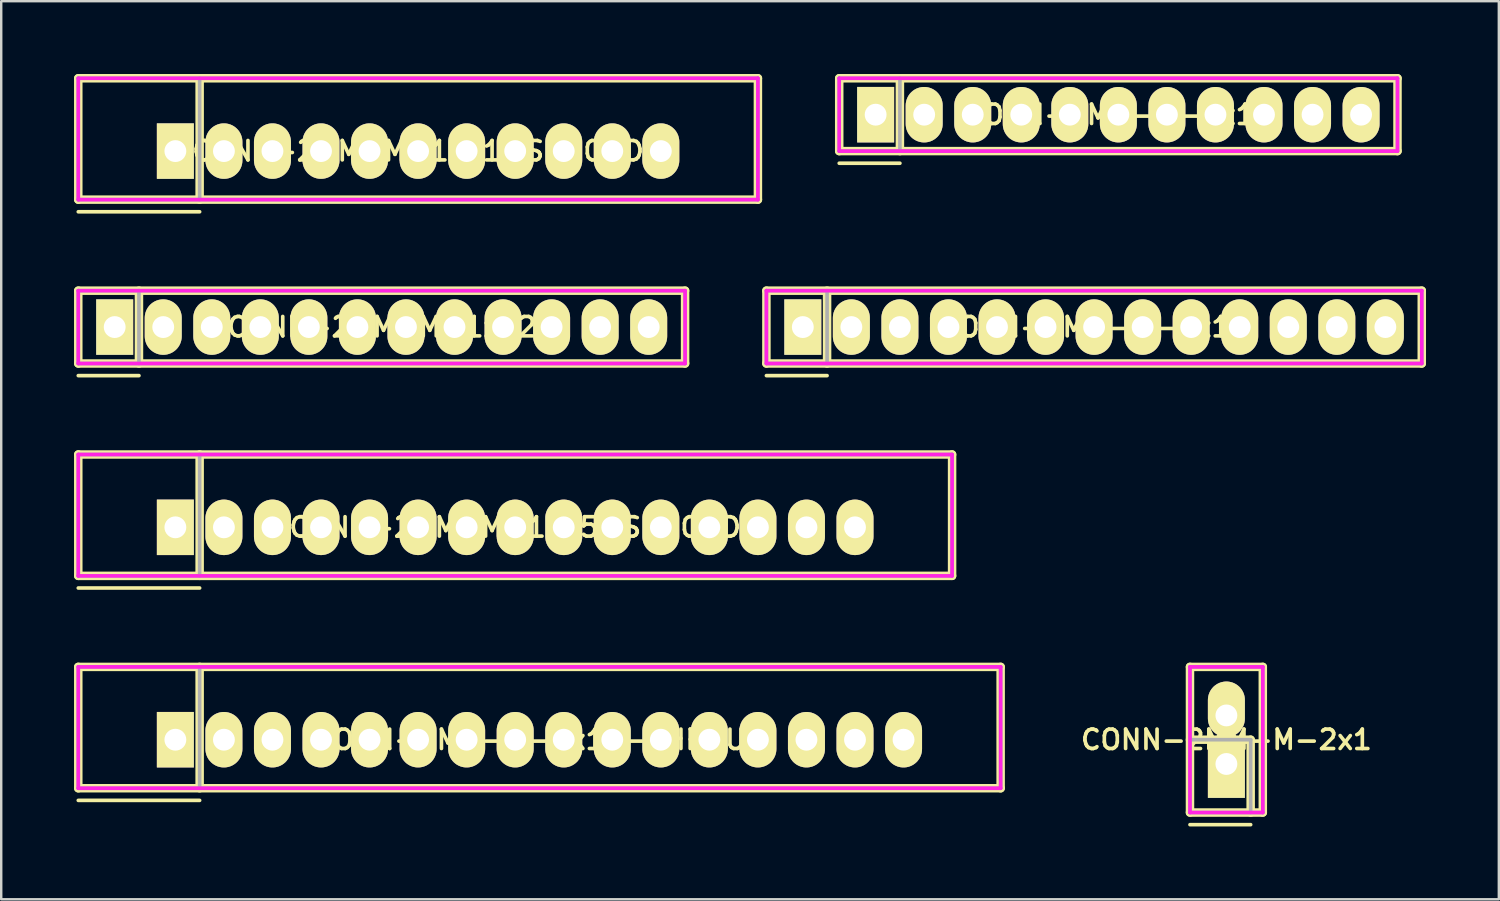
<source format=kicad_pcb>
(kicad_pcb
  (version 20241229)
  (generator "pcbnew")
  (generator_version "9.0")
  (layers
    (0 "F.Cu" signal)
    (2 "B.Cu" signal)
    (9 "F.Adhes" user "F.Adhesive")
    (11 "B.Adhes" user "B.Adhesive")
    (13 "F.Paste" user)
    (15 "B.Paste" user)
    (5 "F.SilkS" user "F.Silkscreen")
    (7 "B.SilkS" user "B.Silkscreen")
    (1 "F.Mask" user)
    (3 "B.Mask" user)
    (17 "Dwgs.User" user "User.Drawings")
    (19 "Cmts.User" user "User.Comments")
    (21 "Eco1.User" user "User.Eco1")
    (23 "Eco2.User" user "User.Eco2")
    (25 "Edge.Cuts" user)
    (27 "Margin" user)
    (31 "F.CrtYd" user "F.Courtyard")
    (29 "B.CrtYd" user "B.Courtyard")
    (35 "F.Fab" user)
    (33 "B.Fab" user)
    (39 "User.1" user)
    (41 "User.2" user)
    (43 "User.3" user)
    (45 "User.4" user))
  (footprint "CONN-2MM-M-1x16-SHROUD"
    (layer "F.Cu")
    (at 19.175 27.425)
    (property "Reference" "CONN-2MM-M-1x16-SHROUD" (at 0 0 0) (layer "F.SilkS") (effects (font (size 0.8 0.8) (thickness 0.15))))
    (attr through_hole)
    (fp_line (start -19 -3) (end 19 -3) (stroke (width 0.35) (type solid)) (layer "F.SilkS"))
    (fp_line (start -19 2) (end -19 -3) (stroke (width 0.35) (type solid)) (layer "F.SilkS"))
    (fp_line (start -19 2.5) (end -14 2.5) (stroke (width 0.15) (type solid)) (layer "F.SilkS"))
    (fp_line (start -14 -3) (end -14 2) (stroke (width 0.35) (type solid)) (layer "F.SilkS"))
    (fp_line (start 19 -3) (end 19 2) (stroke (width 0.35) (type solid)) (layer "F.SilkS"))
    (fp_line (start 19 2) (end -19 2) (stroke (width 0.35) (type solid)) (layer "F.SilkS"))
    (fp_line (start -19 -3) (end 19 -3) (stroke (width 0.15) (type solid)) (layer "F.CrtYd"))
    (fp_line (start -19 2) (end -19 -3) (stroke (width 0.15) (type solid)) (layer "F.CrtYd"))
    (fp_line (start 19 -3) (end 19 2) (stroke (width 0.15) (type solid)) (layer "F.CrtYd"))
    (fp_line (start 19 2) (end -19 2) (stroke (width 0.15) (type solid)) (layer "F.CrtYd"))
    (fp_line (start -19 -3) (end 19 -3) (stroke (width 0.15) (type solid)) (layer "F.Fab"))
    (fp_line (start -19 2) (end -19 -3) (stroke (width 0.15) (type solid)) (layer "F.Fab"))
    (fp_line (start -14 -3) (end -14 2) (stroke (width 0.15) (type solid)) (layer "F.Fab"))
    (fp_line (start 19 -3) (end 19 2) (stroke (width 0.15) (type solid)) (layer "F.Fab"))
    (fp_line (start 19 2) (end -19 2) (stroke (width 0.15) (type solid)) (layer "F.Fab"))
    (pad "1" thru_hole rect (at -15 0) (size 1.524 2.286) (drill 0.9) (layers "*.Cu" "*.Mask" "F.SilkS"))
    (pad "2" thru_hole oval (at -13 0) (size 1.524 2.286) (drill 0.9) (layers "*.Cu" "*.Mask" "F.SilkS"))
    (pad "3" thru_hole oval (at -11 0) (size 1.524 2.286) (drill 0.9) (layers "*.Cu" "*.Mask" "F.SilkS"))
    (pad "4" thru_hole oval (at -9 0) (size 1.524 2.286) (drill 0.9) (layers "*.Cu" "*.Mask" "F.SilkS"))
    (pad "5" thru_hole oval (at -7 0) (size 1.524 2.286) (drill 0.9) (layers "*.Cu" "*.Mask" "F.SilkS"))
    (pad "6" thru_hole oval (at -5 0) (size 1.524 2.286) (drill 0.9) (layers "*.Cu" "*.Mask" "F.SilkS"))
    (pad "7" thru_hole oval (at -3 0) (size 1.524 2.286) (drill 0.9) (layers "*.Cu" "*.Mask" "F.SilkS"))
    (pad "8" thru_hole oval (at -1 0) (size 1.524 2.286) (drill 0.9) (layers "*.Cu" "*.Mask" "F.SilkS"))
    (pad "9" thru_hole oval (at 1 0) (size 1.524 2.286) (drill 0.9) (layers "*.Cu" "*.Mask" "F.SilkS"))
    (pad "10" thru_hole oval (at 3 0) (size 1.524 2.286) (drill 0.9) (layers "*.Cu" "*.Mask" "F.SilkS"))
    (pad "11" thru_hole oval (at 5 0) (size 1.524 2.286) (drill 0.9) (layers "*.Cu" "*.Mask" "F.SilkS"))
    (pad "12" thru_hole oval (at 7 0) (size 1.524 2.286) (drill 0.9) (layers "*.Cu" "*.Mask" "F.SilkS"))
    (pad "13" thru_hole oval (at 9 0) (size 1.524 2.286) (drill 0.9) (layers "*.Cu" "*.Mask" "F.SilkS"))
    (pad "14" thru_hole oval (at 11 0) (size 1.524 2.286) (drill 0.9) (layers "*.Cu" "*.Mask" "F.SilkS"))
    (pad "15" thru_hole oval (at 13 0) (size 1.524 2.286) (drill 0.9) (layers "*.Cu" "*.Mask" "F.SilkS"))
    (pad "16" thru_hole oval (at 15 0) (size 1.524 2.286) (drill 0.9) (layers "*.Cu" "*.Mask" "F.SilkS")))
  (footprint "CONN-2MM-M-2x1"
    (layer "F.Cu")
    (at 47.476 27.425)
    (property "Reference" "CONN-2MM-M-2x1" (at 0 0 0) (layer "F.SilkS") (effects (font (size 0.8 0.8) (thickness 0.15))))
    (attr through_hole)
    (fp_line (start -1.5 -3) (end 1.5 -3) (stroke (width 0.35) (type solid)) (layer "F.SilkS"))
    (fp_line (start -1.5 0) (end 1 0) (stroke (width 0.35) (type solid)) (layer "F.SilkS"))
    (fp_line (start -1.5 3) (end -1.5 -3) (stroke (width 0.35) (type solid)) (layer "F.SilkS"))
    (fp_line (start -1.5 3.5) (end 1 3.5) (stroke (width 0.15) (type solid)) (layer "F.SilkS"))
    (fp_line (start 1 0) (end 1 3) (stroke (width 0.35) (type solid)) (layer "F.SilkS"))
    (fp_line (start 1.5 -3) (end 1.5 3) (stroke (width 0.35) (type solid)) (layer "F.SilkS"))
    (fp_line (start 1.5 3) (end -1.5 3) (stroke (width 0.35) (type solid)) (layer "F.SilkS"))
    (fp_line (start -1.5 -3) (end 1.5 -3) (stroke (width 0.15) (type solid)) (layer "F.CrtYd"))
    (fp_line (start -1.5 3) (end -1.5 -3) (stroke (width 0.15) (type solid)) (layer "F.CrtYd"))
    (fp_line (start 1.5 -3) (end 1.5 3) (stroke (width 0.15) (type solid)) (layer "F.CrtYd"))
    (fp_line (start 1.5 3) (end -1.5 3) (stroke (width 0.15) (type solid)) (layer "F.CrtYd"))
    (fp_line (start -1.5 -3) (end 1.5 -3) (stroke (width 0.15) (type solid)) (layer "F.Fab"))
    (fp_line (start -1.5 0) (end 1 0) (stroke (width 0.15) (type solid)) (layer "F.Fab"))
    (fp_line (start -1.5 3) (end -1.5 -3) (stroke (width 0.15) (type solid)) (layer "F.Fab"))
    (fp_line (start 1 0) (end 1 3) (stroke (width 0.15) (type solid)) (layer "F.Fab"))
    (fp_line (start 1.5 -3) (end 1.5 3) (stroke (width 0.15) (type solid)) (layer "F.Fab"))
    (fp_line (start 1.5 3) (end -1.5 3) (stroke (width 0.15) (type solid)) (layer "F.Fab"))
    (pad "1" thru_hole rect (at 0 1) (size 1.524 2.286) (drill 0.9 (offset 0 0.254)) (layers "*.Cu" "*.Mask" "F.SilkS"))
    (pad "2" thru_hole oval (at 0 -1) (size 1.524 2.286) (drill 0.9 (offset 0 -0.254)) (layers "*.Cu" "*.Mask" "F.SilkS")))
  (footprint "CONN-2MM-M-1x11-SHROUD"
    (layer "F.Cu")
    (at 14.175 3.175)
    (property "Reference" "CONN-2MM-M-1x11-SHROUD" (at 0 0 0) (layer "F.SilkS") (effects (font (size 0.8 0.8) (thickness 0.15))))
    (attr through_hole)
    (fp_line (start -14 -3) (end 14 -3) (stroke (width 0.35) (type solid)) (layer "F.SilkS"))
    (fp_line (start -14 2) (end -14 -3) (stroke (width 0.35) (type solid)) (layer "F.SilkS"))
    (fp_line (start -14 2.5) (end -9 2.5) (stroke (width 0.15) (type solid)) (layer "F.SilkS"))
    (fp_line (start -9 -3) (end -9 2) (stroke (width 0.35) (type solid)) (layer "F.SilkS"))
    (fp_line (start 14 -3) (end 14 2) (stroke (width 0.35) (type solid)) (layer "F.SilkS"))
    (fp_line (start 14 2) (end -14 2) (stroke (width 0.35) (type solid)) (layer "F.SilkS"))
    (fp_line (start -14 -3) (end 14 -3) (stroke (width 0.15) (type solid)) (layer "F.CrtYd"))
    (fp_line (start -14 2) (end -14 -3) (stroke (width 0.15) (type solid)) (layer "F.CrtYd"))
    (fp_line (start 14 -3) (end 14 2) (stroke (width 0.15) (type solid)) (layer "F.CrtYd"))
    (fp_line (start 14 2) (end -14 2) (stroke (width 0.15) (type solid)) (layer "F.CrtYd"))
    (fp_line (start -14 -3) (end 14 -3) (stroke (width 0.15) (type solid)) (layer "F.Fab"))
    (fp_line (start -14 2) (end -14 -3) (stroke (width 0.15) (type solid)) (layer "F.Fab"))
    (fp_line (start -9 -3) (end -9 2) (stroke (width 0.15) (type solid)) (layer "F.Fab"))
    (fp_line (start 14 -3) (end 14 2) (stroke (width 0.15) (type solid)) (layer "F.Fab"))
    (fp_line (start 14 2) (end -14 2) (stroke (width 0.15) (type solid)) (layer "F.Fab"))
    (pad "1" thru_hole rect (at -10 0) (size 1.524 2.286) (drill 0.9) (layers "*.Cu" "*.Mask" "F.SilkS"))
    (pad "2" thru_hole oval (at -8 0) (size 1.524 2.286) (drill 0.9) (layers "*.Cu" "*.Mask" "F.SilkS"))
    (pad "3" thru_hole oval (at -6 0) (size 1.524 2.286) (drill 0.9) (layers "*.Cu" "*.Mask" "F.SilkS"))
    (pad "4" thru_hole oval (at -4 0) (size 1.524 2.286) (drill 0.9) (layers "*.Cu" "*.Mask" "F.SilkS"))
    (pad "5" thru_hole oval (at -2 0) (size 1.524 2.286) (drill 0.9) (layers "*.Cu" "*.Mask" "F.SilkS"))
    (pad "6" thru_hole oval (at 0 0) (size 1.524 2.286) (drill 0.9) (layers "*.Cu" "*.Mask" "F.SilkS"))
    (pad "7" thru_hole oval (at 2 0) (size 1.524 2.286) (drill 0.9) (layers "*.Cu" "*.Mask" "F.SilkS"))
    (pad "8" thru_hole oval (at 4 0) (size 1.524 2.286) (drill 0.9) (layers "*.Cu" "*.Mask" "F.SilkS"))
    (pad "9" thru_hole oval (at 6 0) (size 1.524 2.286) (drill 0.9) (layers "*.Cu" "*.Mask" "F.SilkS"))
    (pad "10" thru_hole oval (at 8 0) (size 1.524 2.286) (drill 0.9) (layers "*.Cu" "*.Mask" "F.SilkS"))
    (pad "11" thru_hole oval (at 10 0) (size 1.524 2.286) (drill 0.9) (layers "*.Cu" "*.Mask" "F.SilkS")))
  (footprint "CONN-2MM-M-1x15-SHROUD"
    (layer "F.Cu")
    (at 18.175 18.675)
    (property "Reference" "CONN-2MM-M-1x15-SHROUD" (at 0 0 0) (layer "F.SilkS") (effects (font (size 0.8 0.8) (thickness 0.15))))
    (attr through_hole)
    (fp_line (start -18 -3) (end 18 -3) (stroke (width 0.35) (type solid)) (layer "F.SilkS"))
    (fp_line (start -18 2) (end -18 -3) (stroke (width 0.35) (type solid)) (layer "F.SilkS"))
    (fp_line (start -18 2.5) (end -13 2.5) (stroke (width 0.15) (type solid)) (layer "F.SilkS"))
    (fp_line (start -13 -3) (end -13 2) (stroke (width 0.35) (type solid)) (layer "F.SilkS"))
    (fp_line (start 18 -3) (end 18 2) (stroke (width 0.35) (type solid)) (layer "F.SilkS"))
    (fp_line (start 18 2) (end -18 2) (stroke (width 0.35) (type solid)) (layer "F.SilkS"))
    (fp_line (start -18 -3) (end 18 -3) (stroke (width 0.15) (type solid)) (layer "F.CrtYd"))
    (fp_line (start -18 2) (end -18 -3) (stroke (width 0.15) (type solid)) (layer "F.CrtYd"))
    (fp_line (start 18 -3) (end 18 2) (stroke (width 0.15) (type solid)) (layer "F.CrtYd"))
    (fp_line (start 18 2) (end -18 2) (stroke (width 0.15) (type solid)) (layer "F.CrtYd"))
    (fp_line (start -18 -3) (end 18 -3) (stroke (width 0.15) (type solid)) (layer "F.Fab"))
    (fp_line (start -18 2) (end -18 -3) (stroke (width 0.15) (type solid)) (layer "F.Fab"))
    (fp_line (start -13 -3) (end -13 2) (stroke (width 0.15) (type solid)) (layer "F.Fab"))
    (fp_line (start 18 -3) (end 18 2) (stroke (width 0.15) (type solid)) (layer "F.Fab"))
    (fp_line (start 18 2) (end -18 2) (stroke (width 0.15) (type solid)) (layer "F.Fab"))
    (pad "1" thru_hole rect (at -14 0) (size 1.524 2.286) (drill 0.9) (layers "*.Cu" "*.Mask" "F.SilkS"))
    (pad "2" thru_hole oval (at -12 0) (size 1.524 2.286) (drill 0.9) (layers "*.Cu" "*.Mask" "F.SilkS"))
    (pad "3" thru_hole oval (at -10 0) (size 1.524 2.286) (drill 0.9) (layers "*.Cu" "*.Mask" "F.SilkS"))
    (pad "4" thru_hole oval (at -8 0) (size 1.524 2.286) (drill 0.9) (layers "*.Cu" "*.Mask" "F.SilkS"))
    (pad "5" thru_hole oval (at -6 0) (size 1.524 2.286) (drill 0.9) (layers "*.Cu" "*.Mask" "F.SilkS"))
    (pad "6" thru_hole oval (at -4 0) (size 1.524 2.286) (drill 0.9) (layers "*.Cu" "*.Mask" "F.SilkS"))
    (pad "7" thru_hole oval (at -2 0) (size 1.524 2.286) (drill 0.9) (layers "*.Cu" "*.Mask" "F.SilkS"))
    (pad "8" thru_hole oval (at 0 0) (size 1.524 2.286) (drill 0.9) (layers "*.Cu" "*.Mask" "F.SilkS"))
    (pad "9" thru_hole oval (at 2 0) (size 1.524 2.286) (drill 0.9) (layers "*.Cu" "*.Mask" "F.SilkS"))
    (pad "10" thru_hole oval (at 4 0) (size 1.524 2.286) (drill 0.9) (layers "*.Cu" "*.Mask" "F.SilkS"))
    (pad "11" thru_hole oval (at 6 0) (size 1.524 2.286) (drill 0.9) (layers "*.Cu" "*.Mask" "F.SilkS"))
    (pad "12" thru_hole oval (at 8 0) (size 1.524 2.286) (drill 0.9) (layers "*.Cu" "*.Mask" "F.SilkS"))
    (pad "13" thru_hole oval (at 10 0) (size 1.524 2.286) (drill 0.9) (layers "*.Cu" "*.Mask" "F.SilkS"))
    (pad "14" thru_hole oval (at 12 0) (size 1.524 2.286) (drill 0.9) (layers "*.Cu" "*.Mask" "F.SilkS"))
    (pad "15" thru_hole oval (at 14 0) (size 1.524 2.286) (drill 0.9) (layers "*.Cu" "*.Mask" "F.SilkS")))
  (footprint "CONN-2MM-M-1x12"
    (layer "F.Cu")
    (at 12.675 10.425)
    (property "Reference" "CONN-2MM-M-1x12" (at 0 0 0) (layer "F.SilkS") (effects (font (size 0.8 0.8) (thickness 0.15))))
    (attr through_hole)
    (fp_line (start -12.5 -1.5) (end 12.5 -1.5) (stroke (width 0.35) (type solid)) (layer "F.SilkS"))
    (fp_line (start -12.5 1.5) (end -12.5 -1.5) (stroke (width 0.35) (type solid)) (layer "F.SilkS"))
    (fp_line (start -12.5 2) (end -10 2) (stroke (width 0.15) (type solid)) (layer "F.SilkS"))
    (fp_line (start -10 -1.5) (end -10 1.5) (stroke (width 0.35) (type solid)) (layer "F.SilkS"))
    (fp_line (start 12.5 -1.5) (end 12.5 1.5) (stroke (width 0.35) (type solid)) (layer "F.SilkS"))
    (fp_line (start 12.5 1.5) (end -12.5 1.5) (stroke (width 0.35) (type solid)) (layer "F.SilkS"))
    (fp_line (start -12.5 -1.5) (end 12.5 -1.5) (stroke (width 0.15) (type solid)) (layer "F.CrtYd"))
    (fp_line (start -12.5 1.5) (end -12.5 -1.5) (stroke (width 0.15) (type solid)) (layer "F.CrtYd"))
    (fp_line (start 12.5 -1.5) (end 12.5 1.5) (stroke (width 0.15) (type solid)) (layer "F.CrtYd"))
    (fp_line (start 12.5 1.5) (end -12.5 1.5) (stroke (width 0.15) (type solid)) (layer "F.CrtYd"))
    (fp_line (start -12.5 -1.5) (end 12.5 -1.5) (stroke (width 0.15) (type solid)) (layer "F.Fab"))
    (fp_line (start -12.5 1.5) (end -12.5 -1.5) (stroke (width 0.15) (type solid)) (layer "F.Fab"))
    (fp_line (start -10 -1.5) (end -10 1.5) (stroke (width 0.15) (type solid)) (layer "F.Fab"))
    (fp_line (start 12.5 -1.5) (end 12.5 1.5) (stroke (width 0.15) (type solid)) (layer "F.Fab"))
    (fp_line (start 12.5 1.5) (end -12.5 1.5) (stroke (width 0.15) (type solid)) (layer "F.Fab"))
    (pad "1" thru_hole rect (at -11 0) (size 1.524 2.286) (drill 0.9) (layers "*.Cu" "*.Mask" "F.SilkS"))
    (pad "2" thru_hole oval (at -9 0) (size 1.524 2.286) (drill 0.9) (layers "*.Cu" "*.Mask" "F.SilkS"))
    (pad "3" thru_hole oval (at -7 0) (size 1.524 2.286) (drill 0.9) (layers "*.Cu" "*.Mask" "F.SilkS"))
    (pad "4" thru_hole oval (at -5 0) (size 1.524 2.286) (drill 0.9) (layers "*.Cu" "*.Mask" "F.SilkS"))
    (pad "5" thru_hole oval (at -3 0) (size 1.524 2.286) (drill 0.9) (layers "*.Cu" "*.Mask" "F.SilkS"))
    (pad "6" thru_hole oval (at -1 0) (size 1.524 2.286) (drill 0.9) (layers "*.Cu" "*.Mask" "F.SilkS"))
    (pad "7" thru_hole oval (at 1 0) (size 1.524 2.286) (drill 0.9) (layers "*.Cu" "*.Mask" "F.SilkS"))
    (pad "8" thru_hole oval (at 3 0) (size 1.524 2.286) (drill 0.9) (layers "*.Cu" "*.Mask" "F.SilkS"))
    (pad "9" thru_hole oval (at 5 0) (size 1.524 2.286) (drill 0.9) (layers "*.Cu" "*.Mask" "F.SilkS"))
    (pad "10" thru_hole oval (at 7 0) (size 1.524 2.286) (drill 0.9) (layers "*.Cu" "*.Mask" "F.SilkS"))
    (pad "11" thru_hole oval (at 9 0) (size 1.524 2.286) (drill 0.9) (layers "*.Cu" "*.Mask" "F.SilkS"))
    (pad "12" thru_hole oval (at 11 0) (size 1.524 2.286) (drill 0.9) (layers "*.Cu" "*.Mask" "F.SilkS")))
  (footprint "CONN-2MM-M-1x13"
    (layer "F.Cu")
    (at 42.025 10.425)
    (property "Reference" "CONN-2MM-M-1x13" (at 0 0 0) (layer "F.SilkS") (effects (font (size 0.8 0.8) (thickness 0.15))))
    (attr through_hole)
    (fp_line (start -13.5 -1.5) (end 13.5 -1.5) (stroke (width 0.35) (type solid)) (layer "F.SilkS"))
    (fp_line (start -13.5 1.5) (end -13.5 -1.5) (stroke (width 0.35) (type solid)) (layer "F.SilkS"))
    (fp_line (start -13.5 2) (end -11 2) (stroke (width 0.15) (type solid)) (layer "F.SilkS"))
    (fp_line (start -11 -1.5) (end -11 1.5) (stroke (width 0.35) (type solid)) (layer "F.SilkS"))
    (fp_line (start 13.5 -1.5) (end 13.5 1.5) (stroke (width 0.35) (type solid)) (layer "F.SilkS"))
    (fp_line (start 13.5 1.5) (end -13.5 1.5) (stroke (width 0.35) (type solid)) (layer "F.SilkS"))
    (fp_line (start -13.5 -1.5) (end 13.5 -1.5) (stroke (width 0.15) (type solid)) (layer "F.CrtYd"))
    (fp_line (start -13.5 1.5) (end -13.5 -1.5) (stroke (width 0.15) (type solid)) (layer "F.CrtYd"))
    (fp_line (start 13.5 -1.5) (end 13.5 1.5) (stroke (width 0.15) (type solid)) (layer "F.CrtYd"))
    (fp_line (start 13.5 1.5) (end -13.5 1.5) (stroke (width 0.15) (type solid)) (layer "F.CrtYd"))
    (fp_line (start -13.5 -1.5) (end 13.5 -1.5) (stroke (width 0.15) (type solid)) (layer "F.Fab"))
    (fp_line (start -13.5 1.5) (end -13.5 -1.5) (stroke (width 0.15) (type solid)) (layer "F.Fab"))
    (fp_line (start -11 -1.5) (end -11 1.5) (stroke (width 0.15) (type solid)) (layer "F.Fab"))
    (fp_line (start 13.5 -1.5) (end 13.5 1.5) (stroke (width 0.15) (type solid)) (layer "F.Fab"))
    (fp_line (start 13.5 1.5) (end -13.5 1.5) (stroke (width 0.15) (type solid)) (layer "F.Fab"))
    (pad "1" thru_hole rect (at -12 0) (size 1.524 2.286) (drill 0.9) (layers "*.Cu" "*.Mask" "F.SilkS"))
    (pad "2" thru_hole oval (at -10 0) (size 1.524 2.286) (drill 0.9) (layers "*.Cu" "*.Mask" "F.SilkS"))
    (pad "3" thru_hole oval (at -8 0) (size 1.524 2.286) (drill 0.9) (layers "*.Cu" "*.Mask" "F.SilkS"))
    (pad "4" thru_hole oval (at -6 0) (size 1.524 2.286) (drill 0.9) (layers "*.Cu" "*.Mask" "F.SilkS"))
    (pad "5" thru_hole oval (at -4 0) (size 1.524 2.286) (drill 0.9) (layers "*.Cu" "*.Mask" "F.SilkS"))
    (pad "6" thru_hole oval (at -2 0) (size 1.524 2.286) (drill 0.9) (layers "*.Cu" "*.Mask" "F.SilkS"))
    (pad "7" thru_hole oval (at 0 0) (size 1.524 2.286) (drill 0.9) (layers "*.Cu" "*.Mask" "F.SilkS"))
    (pad "8" thru_hole oval (at 2 0) (size 1.524 2.286) (drill 0.9) (layers "*.Cu" "*.Mask" "F.SilkS"))
    (pad "9" thru_hole oval (at 4 0) (size 1.524 2.286) (drill 0.9) (layers "*.Cu" "*.Mask" "F.SilkS"))
    (pad "10" thru_hole oval (at 6 0) (size 1.524 2.286) (drill 0.9) (layers "*.Cu" "*.Mask" "F.SilkS"))
    (pad "11" thru_hole oval (at 8 0) (size 1.524 2.286) (drill 0.9) (layers "*.Cu" "*.Mask" "F.SilkS"))
    (pad "12" thru_hole oval (at 10 0) (size 1.524 2.286) (drill 0.9) (layers "*.Cu" "*.Mask" "F.SilkS"))
    (pad "13" thru_hole oval (at 12 0) (size 1.524 2.286) (drill 0.9) (layers "*.Cu" "*.Mask" "F.SilkS")))
  (footprint "CONN-2MM-M-1x11"
    (layer "F.Cu")
    (at 43.025 1.675)
    (property "Reference" "CONN-2MM-M-1x11" (at 0 0 0) (layer "F.SilkS") (effects (font (size 0.8 0.8) (thickness 0.15))))
    (attr through_hole)
    (fp_line (start -11.5 -1.5) (end 11.5 -1.5) (stroke (width 0.35) (type solid)) (layer "F.SilkS"))
    (fp_line (start -11.5 1.5) (end -11.5 -1.5) (stroke (width 0.35) (type solid)) (layer "F.SilkS"))
    (fp_line (start -11.5 2) (end -9 2) (stroke (width 0.15) (type solid)) (layer "F.SilkS"))
    (fp_line (start -9 -1.5) (end -9 1.5) (stroke (width 0.35) (type solid)) (layer "F.SilkS"))
    (fp_line (start 11.5 -1.5) (end 11.5 1.5) (stroke (width 0.35) (type solid)) (layer "F.SilkS"))
    (fp_line (start 11.5 1.5) (end -11.5 1.5) (stroke (width 0.35) (type solid)) (layer "F.SilkS"))
    (fp_line (start -11.5 -1.5) (end 11.5 -1.5) (stroke (width 0.15) (type solid)) (layer "F.CrtYd"))
    (fp_line (start -11.5 1.5) (end -11.5 -1.5) (stroke (width 0.15) (type solid)) (layer "F.CrtYd"))
    (fp_line (start 11.5 -1.5) (end 11.5 1.5) (stroke (width 0.15) (type solid)) (layer "F.CrtYd"))
    (fp_line (start 11.5 1.5) (end -11.5 1.5) (stroke (width 0.15) (type solid)) (layer "F.CrtYd"))
    (fp_line (start -11.5 -1.5) (end 11.5 -1.5) (stroke (width 0.15) (type solid)) (layer "F.Fab"))
    (fp_line (start -11.5 1.5) (end -11.5 -1.5) (stroke (width 0.15) (type solid)) (layer "F.Fab"))
    (fp_line (start -9 -1.5) (end -9 1.5) (stroke (width 0.15) (type solid)) (layer "F.Fab"))
    (fp_line (start 11.5 -1.5) (end 11.5 1.5) (stroke (width 0.15) (type solid)) (layer "F.Fab"))
    (fp_line (start 11.5 1.5) (end -11.5 1.5) (stroke (width 0.15) (type solid)) (layer "F.Fab"))
    (pad "1" thru_hole rect (at -10 0) (size 1.524 2.286) (drill 0.9) (layers "*.Cu" "*.Mask" "F.SilkS"))
    (pad "2" thru_hole oval (at -8 0) (size 1.524 2.286) (drill 0.9) (layers "*.Cu" "*.Mask" "F.SilkS"))
    (pad "3" thru_hole oval (at -6 0) (size 1.524 2.286) (drill 0.9) (layers "*.Cu" "*.Mask" "F.SilkS"))
    (pad "4" thru_hole oval (at -4 0) (size 1.524 2.286) (drill 0.9) (layers "*.Cu" "*.Mask" "F.SilkS"))
    (pad "5" thru_hole oval (at -2 0) (size 1.524 2.286) (drill 0.9) (layers "*.Cu" "*.Mask" "F.SilkS"))
    (pad "6" thru_hole oval (at 0 0) (size 1.524 2.286) (drill 0.9) (layers "*.Cu" "*.Mask" "F.SilkS"))
    (pad "7" thru_hole oval (at 2 0) (size 1.524 2.286) (drill 0.9) (layers "*.Cu" "*.Mask" "F.SilkS"))
    (pad "8" thru_hole oval (at 4 0) (size 1.524 2.286) (drill 0.9) (layers "*.Cu" "*.Mask" "F.SilkS"))
    (pad "9" thru_hole oval (at 6 0) (size 1.524 2.286) (drill 0.9) (layers "*.Cu" "*.Mask" "F.SilkS"))
    (pad "10" thru_hole oval (at 8 0) (size 1.524 2.286) (drill 0.9) (layers "*.Cu" "*.Mask" "F.SilkS"))
    (pad "11" thru_hole oval (at 10 0) (size 1.524 2.286) (drill 0.9) (layers "*.Cu" "*.Mask" "F.SilkS")))
  (gr_rect
    (start -3 -3)
    (end 58.7 34)
    (stroke (width 0.1) (type default))
    (fill no)
    (layer "Edge.Cuts")))
</source>
